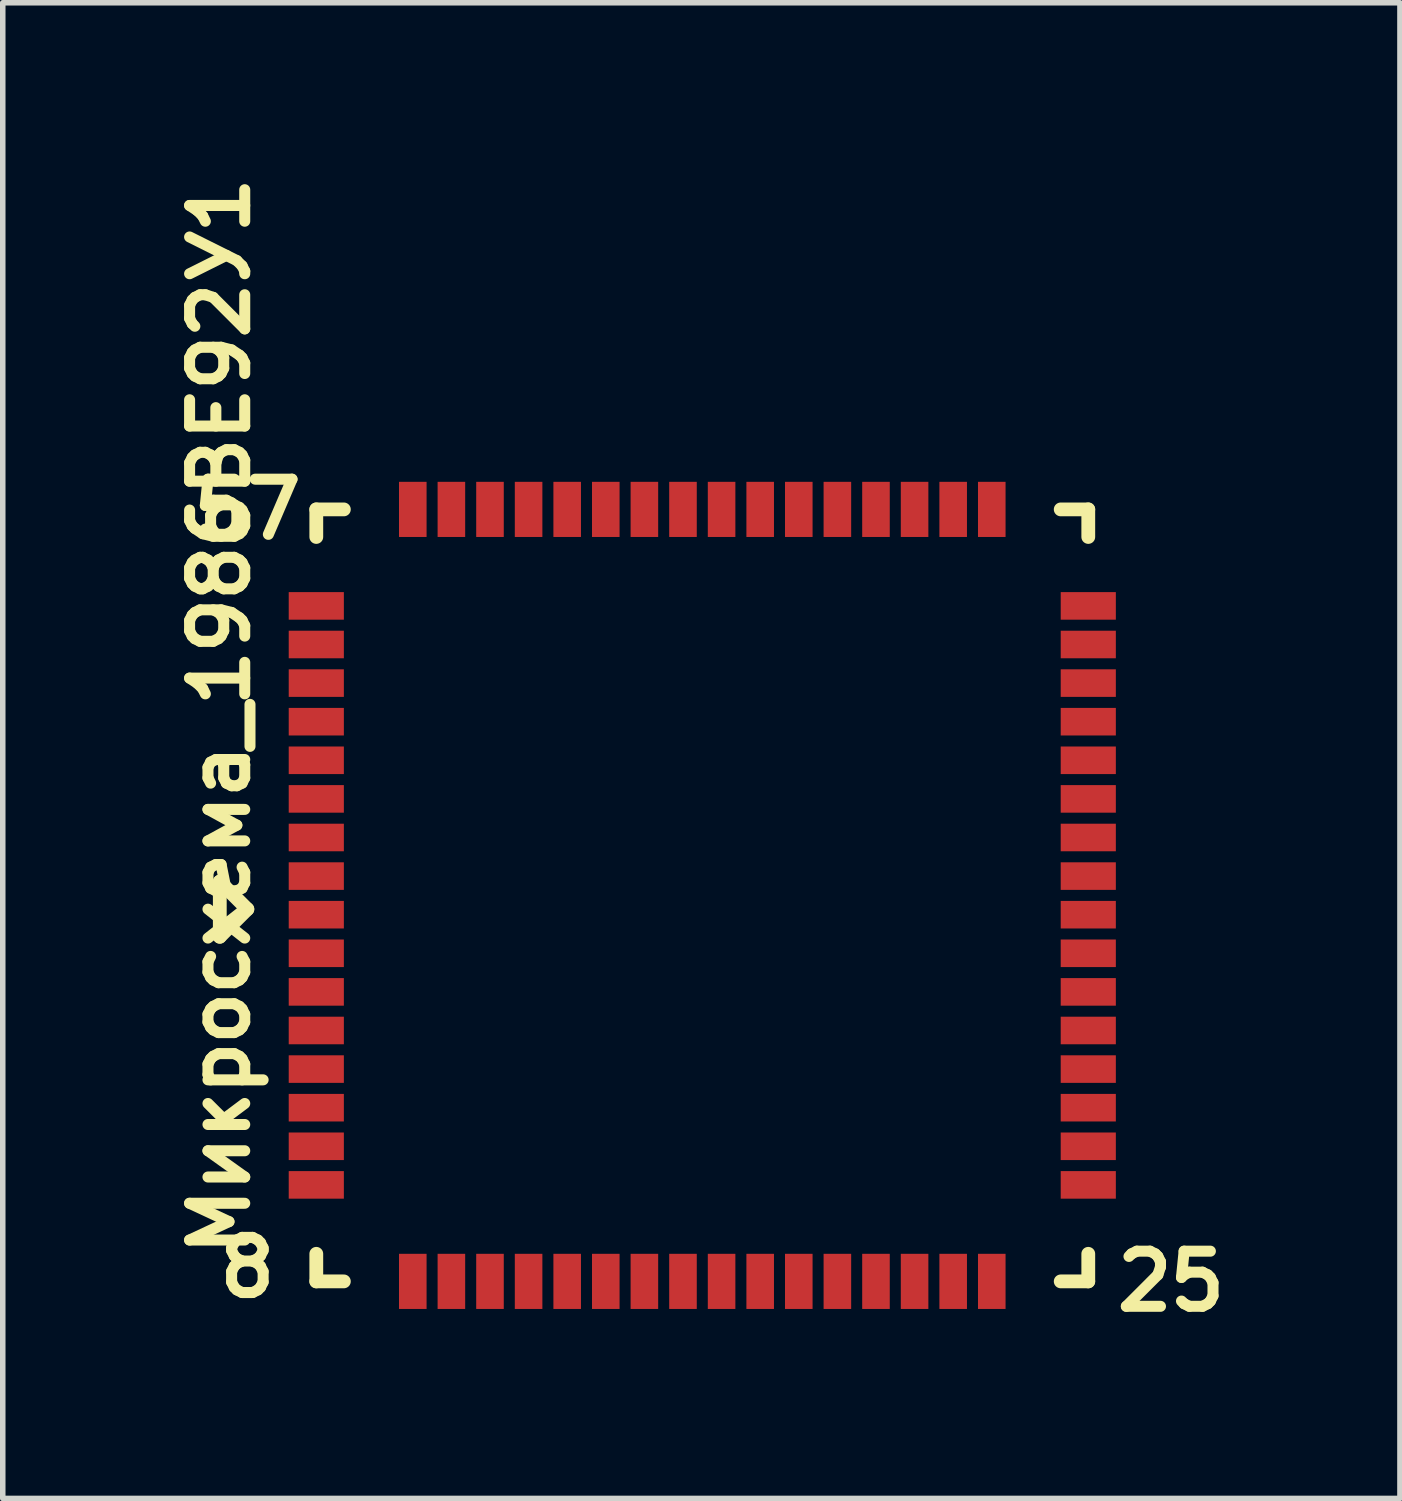
<source format=kicad_pcb>
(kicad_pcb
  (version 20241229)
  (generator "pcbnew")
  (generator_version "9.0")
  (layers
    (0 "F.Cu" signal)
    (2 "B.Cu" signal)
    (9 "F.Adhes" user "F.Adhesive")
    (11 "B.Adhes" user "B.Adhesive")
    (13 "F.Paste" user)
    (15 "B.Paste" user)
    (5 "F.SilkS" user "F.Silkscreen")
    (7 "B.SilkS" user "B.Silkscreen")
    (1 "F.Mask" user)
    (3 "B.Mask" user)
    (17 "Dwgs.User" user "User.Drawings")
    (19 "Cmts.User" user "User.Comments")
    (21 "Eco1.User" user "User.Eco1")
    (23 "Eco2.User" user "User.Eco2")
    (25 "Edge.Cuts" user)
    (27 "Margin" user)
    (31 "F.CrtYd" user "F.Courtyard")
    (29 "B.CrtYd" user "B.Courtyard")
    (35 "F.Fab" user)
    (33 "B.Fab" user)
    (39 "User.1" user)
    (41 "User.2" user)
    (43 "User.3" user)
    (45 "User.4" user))
  (footprint "Микросхема_1986ВЕ92У1"
    (layer "F.Cu")
    (at 2.686 7.938)
    (property "Reference" "Микросхема_1986ВЕ92У1" (at -1.75 2 270) (layer "F.SilkS") (effects (font (size 1 1) (thickness 0.2))))
    (attr through_hole)
    (fp_line (start -1.75 5) (end -1.75 6) (stroke (width 0.25) (type solid)) (layer "F.SilkS"))
    (fp_line (start -1.75 6) (end -1.25 5.5) (stroke (width 0.25) (type solid)) (layer "F.SilkS"))
    (fp_line (start -1.25 5.5) (end -1.75 5) (stroke (width 0.25) (type solid)) (layer "F.SilkS"))
    (fp_line (start 0 -1.75) (end 0 -1.25) (stroke (width 0.25) (type solid)) (layer "F.SilkS"))
    (fp_line (start 0 -1.75) (end 0.5 -1.75) (stroke (width 0.25) (type solid)) (layer "F.SilkS"))
    (fp_line (start 0 12.25) (end 0 11.75) (stroke (width 0.25) (type solid)) (layer "F.SilkS"))
    (fp_line (start 0.5 12.25) (end 0 12.25) (stroke (width 0.25) (type solid)) (layer "F.SilkS"))
    (fp_line (start 13.5 -1.75) (end 14 -1.75) (stroke (width 0.25) (type solid)) (layer "F.SilkS"))
    (fp_line (start 13.5 12.25) (end 14 12.25) (stroke (width 0.25) (type solid)) (layer "F.SilkS"))
    (fp_line (start 14 -1.75) (end 14 -1.25) (stroke (width 0.25) (type solid)) (layer "F.SilkS"))
    (fp_line (start 14 12.25) (end 14 11.75) (stroke (width 0.25) (type solid)) (layer "F.SilkS"))
    (fp_text user "25" (at 15.5 12.25 180) (layer "F.SilkS") (effects (font (size 1 1) (thickness 0.2))))
    (fp_text user "8" (at -1.25 12 180) (layer "F.SilkS") (effects (font (size 1 1) (thickness 0.2))))
    (fp_text user "57" (at -1.25 -1.75 180) (layer "F.SilkS") (effects (font (size 1 1) (thickness 0.2))))
    (pad "1" smd rect (at 0 5.6) (size 1 0.5) (layers "F.Cu" "F.Mask" "F.Paste"))
    (pad "2" smd rect (at 0 6.3) (size 1 0.5) (layers "F.Cu" "F.Mask" "F.Paste"))
    (pad "3" smd rect (at 0 7) (size 1 0.5) (layers "F.Cu" "F.Mask" "F.Paste"))
    (pad "4" smd rect (at 0 7.7) (size 1 0.5) (layers "F.Cu" "F.Mask" "F.Paste"))
    (pad "5" smd rect (at 0 8.4) (size 1 0.5) (layers "F.Cu" "F.Mask" "F.Paste"))
    (pad "6" smd rect (at 0 9.1) (size 1 0.5) (layers "F.Cu" "F.Mask" "F.Paste"))
    (pad "7" smd rect (at 0 9.8) (size 1 0.5) (layers "F.Cu" "F.Mask" "F.Paste"))
    (pad "8" smd rect (at 0 10.5) (size 1 0.5) (layers "F.Cu" "F.Mask" "F.Paste"))
    (pad "9" smd rect (at 1.75 12.25 90) (size 1 0.5) (layers "F.Cu" "F.Mask" "F.Paste"))
    (pad "10" smd rect (at 2.45 12.25 90) (size 1 0.5) (layers "F.Cu" "F.Mask" "F.Paste"))
    (pad "11" smd rect (at 3.15 12.25 90) (size 1 0.5) (layers "F.Cu" "F.Mask" "F.Paste"))
    (pad "12" smd rect (at 3.85 12.25 90) (size 1 0.5) (layers "F.Cu" "F.Mask" "F.Paste"))
    (pad "13" smd rect (at 4.55 12.25 90) (size 1 0.5) (layers "F.Cu" "F.Mask" "F.Paste"))
    (pad "14" smd rect (at 5.25 12.25 90) (size 1 0.5) (layers "F.Cu" "F.Mask" "F.Paste"))
    (pad "15" smd rect (at 5.95 12.25 90) (size 1 0.5) (layers "F.Cu" "F.Mask" "F.Paste"))
    (pad "16" smd rect (at 6.65 12.25 90) (size 1 0.5) (layers "F.Cu" "F.Mask" "F.Paste"))
    (pad "17" smd rect (at 7.35 12.25 90) (size 1 0.5) (layers "F.Cu" "F.Mask" "F.Paste"))
    (pad "18" smd rect (at 8.05 12.25 90) (size 1 0.5) (layers "F.Cu" "F.Mask" "F.Paste"))
    (pad "19" smd rect (at 8.75 12.25 90) (size 1 0.5) (layers "F.Cu" "F.Mask" "F.Paste"))
    (pad "20" smd rect (at 9.45 12.25 90) (size 1 0.5) (layers "F.Cu" "F.Mask" "F.Paste"))
    (pad "21" smd rect (at 10.15 12.25 90) (size 1 0.5) (layers "F.Cu" "F.Mask" "F.Paste"))
    (pad "22" smd rect (at 10.85 12.25 90) (size 1 0.5) (layers "F.Cu" "F.Mask" "F.Paste"))
    (pad "23" smd rect (at 11.55 12.25 90) (size 1 0.5) (layers "F.Cu" "F.Mask" "F.Paste"))
    (pad "24" smd rect (at 12.25 12.25 90) (size 1 0.5) (layers "F.Cu" "F.Mask" "F.Paste"))
    (pad "25" smd rect (at 14 10.5) (size 1 0.5) (layers "F.Cu" "F.Mask" "F.Paste"))
    (pad "26" smd rect (at 14 9.8) (size 1 0.5) (layers "F.Cu" "F.Mask" "F.Paste"))
    (pad "27" smd rect (at 14 9.1) (size 1 0.5) (layers "F.Cu" "F.Mask" "F.Paste"))
    (pad "28" smd rect (at 14 8.4) (size 1 0.5) (layers "F.Cu" "F.Mask" "F.Paste"))
    (pad "29" smd rect (at 14 7.7) (size 1 0.5) (layers "F.Cu" "F.Mask" "F.Paste"))
    (pad "30" smd rect (at 14 7) (size 1 0.5) (layers "F.Cu" "F.Mask" "F.Paste"))
    (pad "31" smd rect (at 14 6.3) (size 1 0.5) (layers "F.Cu" "F.Mask" "F.Paste"))
    (pad "32" smd rect (at 14 5.6) (size 1 0.5) (layers "F.Cu" "F.Mask" "F.Paste"))
    (pad "33" smd rect (at 14 4.9) (size 1 0.5) (layers "F.Cu" "F.Mask" "F.Paste"))
    (pad "34" smd rect (at 14 4.2) (size 1 0.5) (layers "F.Cu" "F.Mask" "F.Paste"))
    (pad "35" smd rect (at 14 3.5) (size 1 0.5) (layers "F.Cu" "F.Mask" "F.Paste"))
    (pad "36" smd rect (at 14 2.8) (size 1 0.5) (layers "F.Cu" "F.Mask" "F.Paste"))
    (pad "37" smd rect (at 14 2.1) (size 1 0.5) (layers "F.Cu" "F.Mask" "F.Paste"))
    (pad "38" smd rect (at 14 1.4) (size 1 0.5) (layers "F.Cu" "F.Mask" "F.Paste"))
    (pad "39" smd rect (at 14 0.7) (size 1 0.5) (layers "F.Cu" "F.Mask" "F.Paste"))
    (pad "40" smd rect (at 14 0) (size 1 0.5) (layers "F.Cu" "F.Mask" "F.Paste"))
    (pad "41" smd rect (at 12.25 -1.75 90) (size 1 0.5) (layers "F.Cu" "F.Mask" "F.Paste"))
    (pad "42" smd rect (at 11.55 -1.75 90) (size 1 0.5) (layers "F.Cu" "F.Mask" "F.Paste"))
    (pad "43" smd rect (at 10.85 -1.75 90) (size 1 0.5) (layers "F.Cu" "F.Mask" "F.Paste"))
    (pad "44" smd rect (at 10.15 -1.75 90) (size 1 0.5) (layers "F.Cu" "F.Mask" "F.Paste"))
    (pad "45" smd rect (at 9.45 -1.75 90) (size 1 0.5) (layers "F.Cu" "F.Mask" "F.Paste"))
    (pad "46" smd rect (at 8.75 -1.75 90) (size 1 0.5) (layers "F.Cu" "F.Mask" "F.Paste"))
    (pad "47" smd rect (at 8.05 -1.75 90) (size 1 0.5) (layers "F.Cu" "F.Mask" "F.Paste"))
    (pad "48" smd rect (at 7.35 -1.75 90) (size 1 0.5) (layers "F.Cu" "F.Mask" "F.Paste"))
    (pad "49" smd rect (at 6.65 -1.75 90) (size 1 0.5) (layers "F.Cu" "F.Mask" "F.Paste"))
    (pad "50" smd rect (at 5.95 -1.75 90) (size 1 0.5) (layers "F.Cu" "F.Mask" "F.Paste"))
    (pad "51" smd rect (at 5.25 -1.75 90) (size 1 0.5) (layers "F.Cu" "F.Mask" "F.Paste"))
    (pad "52" smd rect (at 4.55 -1.75 90) (size 1 0.5) (layers "F.Cu" "F.Mask" "F.Paste"))
    (pad "53" smd rect (at 3.85 -1.75 90) (size 1 0.5) (layers "F.Cu" "F.Mask" "F.Paste"))
    (pad "54" smd rect (at 3.15 -1.75 90) (size 1 0.5) (layers "F.Cu" "F.Mask" "F.Paste"))
    (pad "55" smd rect (at 2.45 -1.75 90) (size 1 0.5) (layers "F.Cu" "F.Mask" "F.Paste"))
    (pad "56" smd rect (at 1.75 -1.75 90) (size 1 0.5) (layers "F.Cu" "F.Mask" "F.Paste"))
    (pad "57" smd rect (at 0 0) (size 1 0.5) (layers "F.Cu" "F.Mask" "F.Paste"))
    (pad "58" smd rect (at 0 0.7) (size 1 0.5) (layers "F.Cu" "F.Mask" "F.Paste"))
    (pad "59" smd rect (at 0 1.4) (size 1 0.5) (layers "F.Cu" "F.Mask" "F.Paste"))
    (pad "60" smd rect (at 0 2.1) (size 1 0.5) (layers "F.Cu" "F.Mask" "F.Paste"))
    (pad "61" smd rect (at 0 2.8) (size 1 0.5) (layers "F.Cu" "F.Mask" "F.Paste"))
    (pad "62" smd rect (at 0 3.5) (size 1 0.5) (layers "F.Cu" "F.Mask" "F.Paste"))
    (pad "63" smd rect (at 0 4.2) (size 1 0.5) (layers "F.Cu" "F.Mask" "F.Paste"))
    (pad "64" smd rect (at 0 4.9) (size 1 0.5) (layers "F.Cu" "F.Mask" "F.Paste")))
  (gr_rect
    (start -3 -3)
    (end 22.338 24.124)
    (stroke (width 0.1) (type default))
    (fill no)
    (layer "Edge.Cuts")))
</source>
